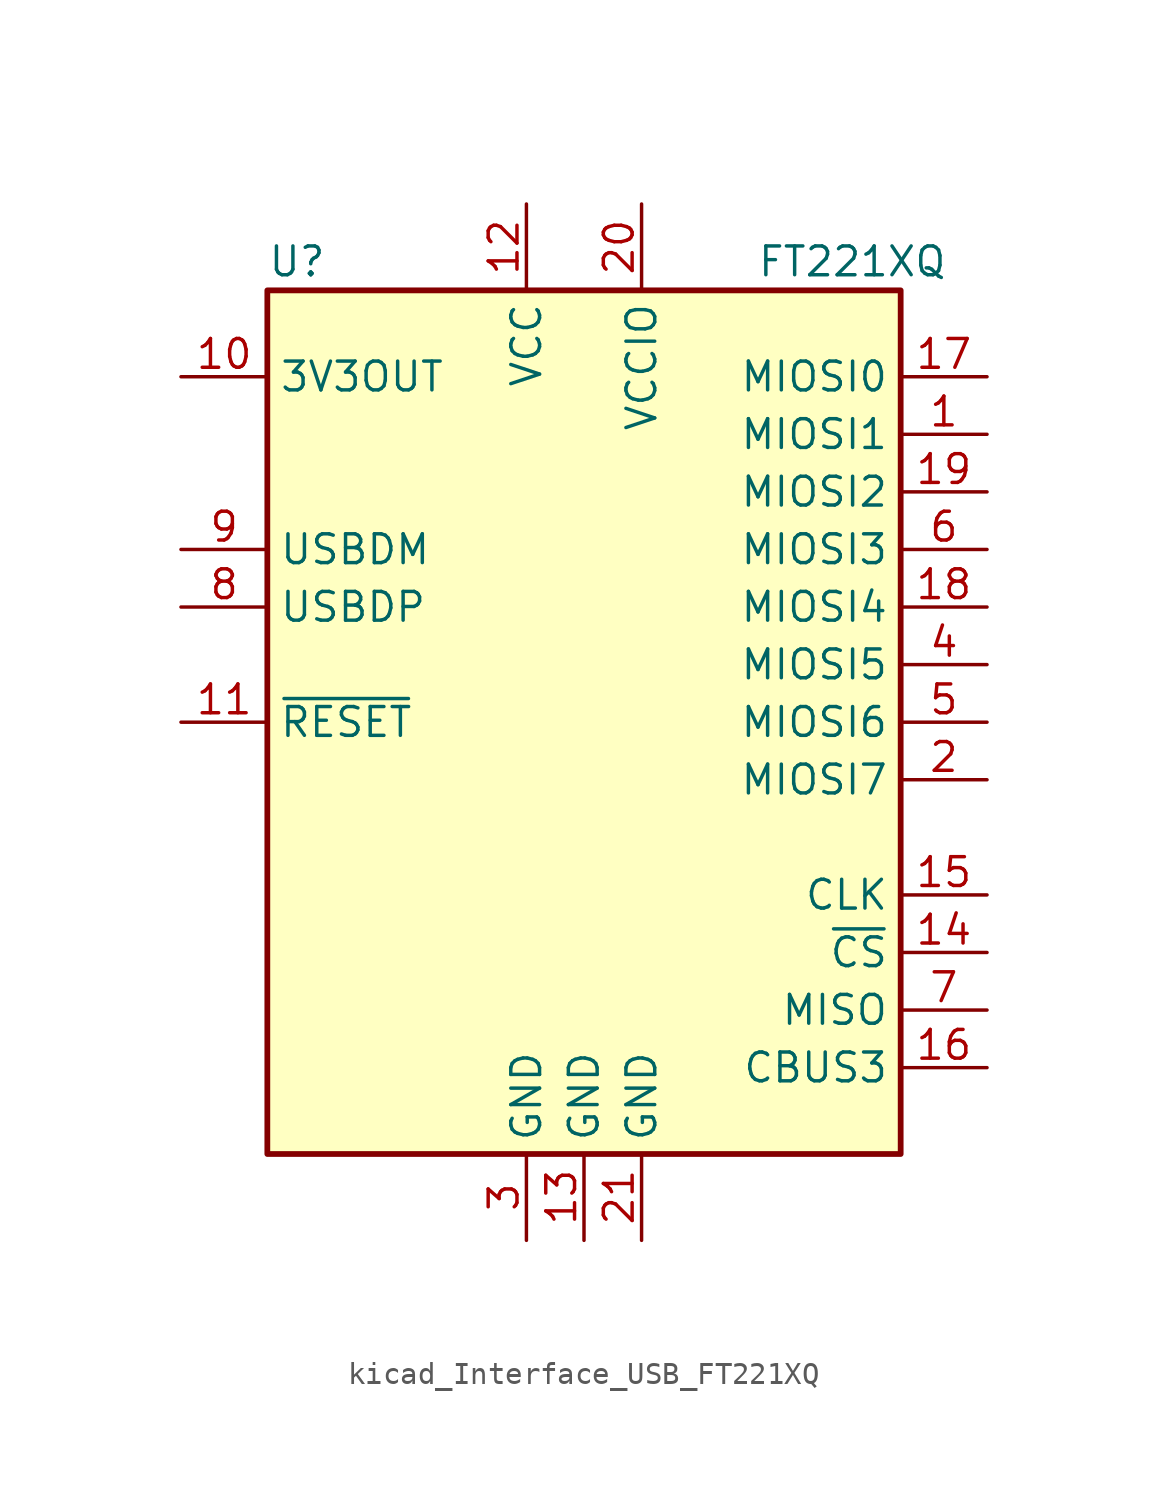
<source format=kicad_sym>
(kicad_symbol_lib
  (version 20220914)
  (generator kicad_symbol_editor)
  (symbol "kicad_Interface_USB_FT221XQ"
    (property "Reference" "U"
      (at -13.97 20.32 0)
      (effects (font (size 1.27 1.27)) (justify left)))
    (property "Value" "FT221XQ"
      (at 7.62 20.32 0)
      (effects (font (size 1.27 1.27)) (justify left)))
    (symbol "kicad_Interface_USB_FT221XQ_0_1"
      (rectangle (start -13.97 19.05) (end 13.97 -19.05) (stroke (width 0.254) (type default)) (fill (type background))))
    (symbol "kicad_Interface_USB_FT221XQ_1_1"
      (pin input line (at 17.78 12.7 180) (length 3.81) (name "MIOSI1" (effects (font (size 1.27 1.27)))) (number "1" (effects (font (size 1.27 1.27)))))
      (pin power_out line (at -17.78 15.24 0) (length 3.81) (name "3V3OUT" (effects (font (size 1.27 1.27)))) (number "10" (effects (font (size 1.27 1.27)))))
      (pin input line (at -17.78 0 0) (length 3.81) (name "~{RESET}" (effects (font (size 1.27 1.27)))) (number "11" (effects (font (size 1.27 1.27)))))
      (pin power_in line (at -2.54 22.86 270) (length 3.81) (name "VCC" (effects (font (size 1.27 1.27)))) (number "12" (effects (font (size 1.27 1.27)))))
      (pin power_in line (at 0 -22.86 90) (length 3.81) (name "GND" (effects (font (size 1.27 1.27)))) (number "13" (effects (font (size 1.27 1.27)))))
      (pin input line (at 17.78 -10.16 180) (length 3.81) (name "~{CS}" (effects (font (size 1.27 1.27)))) (number "14" (effects (font (size 1.27 1.27)))))
      (pin input line (at 17.78 -7.62 180) (length 3.81) (name "CLK" (effects (font (size 1.27 1.27)))) (number "15" (effects (font (size 1.27 1.27)))))
      (pin bidirectional line (at 17.78 -15.24 180) (length 3.81) (name "CBUS3" (effects (font (size 1.27 1.27)))) (number "16" (effects (font (size 1.27 1.27)))))
      (pin input line (at 17.78 15.24 180) (length 3.81) (name "MIOSI0" (effects (font (size 1.27 1.27)))) (number "17" (effects (font (size 1.27 1.27)))))
      (pin input line (at 17.78 5.08 180) (length 3.81) (name "MIOSI4" (effects (font (size 1.27 1.27)))) (number "18" (effects (font (size 1.27 1.27)))))
      (pin input line (at 17.78 10.16 180) (length 3.81) (name "MIOSI2" (effects (font (size 1.27 1.27)))) (number "19" (effects (font (size 1.27 1.27)))))
      (pin input line (at 17.78 -2.54 180) (length 3.81) (name "MIOSI7" (effects (font (size 1.27 1.27)))) (number "2" (effects (font (size 1.27 1.27)))))
      (pin power_in line (at 2.54 22.86 270) (length 3.81) (name "VCCIO" (effects (font (size 1.27 1.27)))) (number "20" (effects (font (size 1.27 1.27)))))
      (pin power_in line (at 2.54 -22.86 90) (length 3.81) (name "GND" (effects (font (size 1.27 1.27)))) (number "21" (effects (font (size 1.27 1.27)))))
      (pin power_in line (at -2.54 -22.86 90) (length 3.81) (name "GND" (effects (font (size 1.27 1.27)))) (number "3" (effects (font (size 1.27 1.27)))))
      (pin input line (at 17.78 2.54 180) (length 3.81) (name "MIOSI5" (effects (font (size 1.27 1.27)))) (number "4" (effects (font (size 1.27 1.27)))))
      (pin input line (at 17.78 0 180) (length 3.81) (name "MIOSI6" (effects (font (size 1.27 1.27)))) (number "5" (effects (font (size 1.27 1.27)))))
      (pin input line (at 17.78 7.62 180) (length 3.81) (name "MIOSI3" (effects (font (size 1.27 1.27)))) (number "6" (effects (font (size 1.27 1.27)))))
      (pin input line (at 17.78 -12.7 180) (length 3.81) (name "MISO" (effects (font (size 1.27 1.27)))) (number "7" (effects (font (size 1.27 1.27)))))
      (pin bidirectional line (at -17.78 5.08 0) (length 3.81) (name "USBDP" (effects (font (size 1.27 1.27)))) (number "8" (effects (font (size 1.27 1.27)))))
      (pin bidirectional line (at -17.78 7.62 0) (length 3.81) (name "USBDM" (effects (font (size 1.27 1.27)))) (number "9" (effects (font (size 1.27 1.27))))))))
</source>
